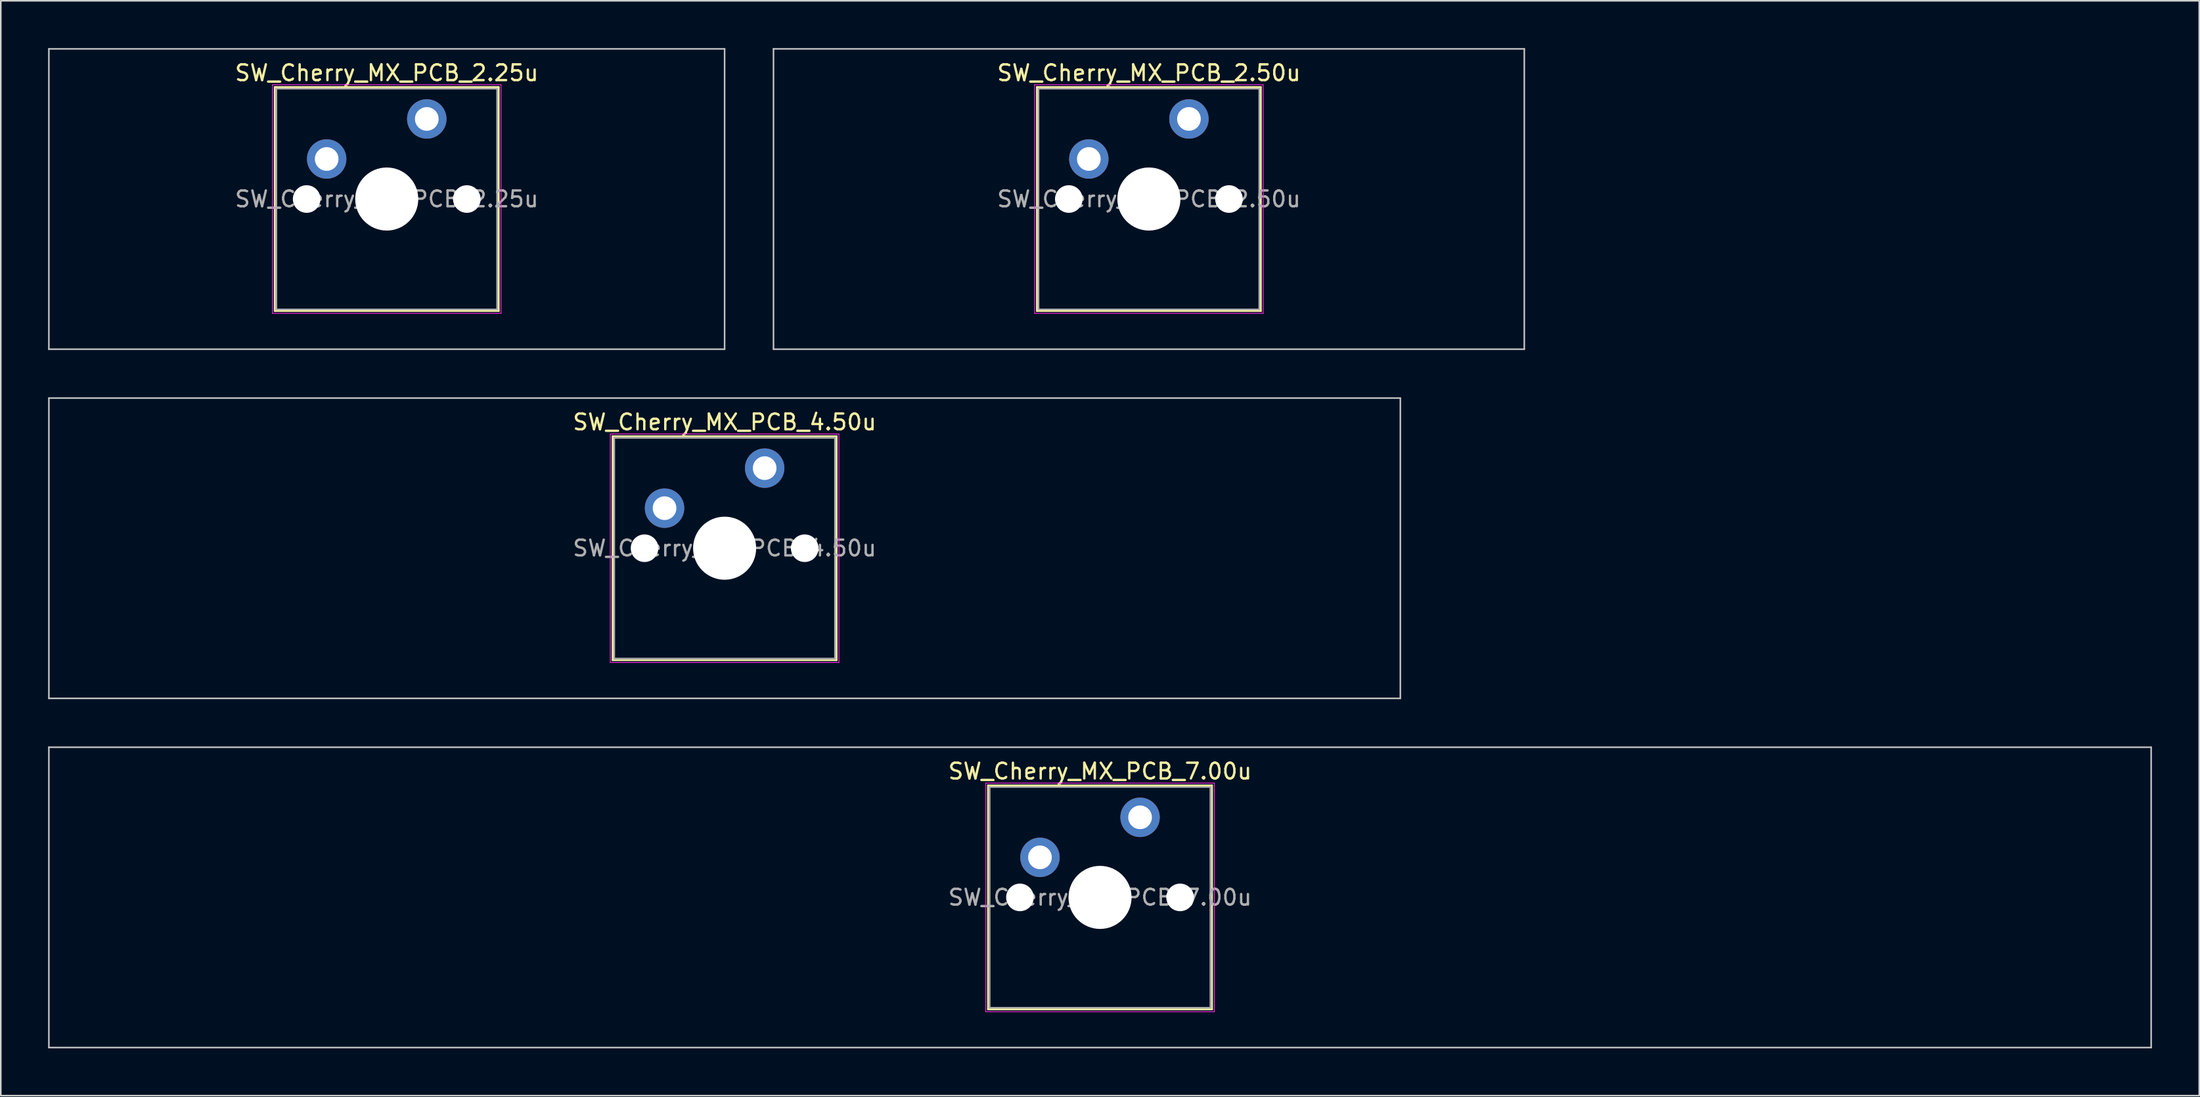
<source format=kicad_pcb>
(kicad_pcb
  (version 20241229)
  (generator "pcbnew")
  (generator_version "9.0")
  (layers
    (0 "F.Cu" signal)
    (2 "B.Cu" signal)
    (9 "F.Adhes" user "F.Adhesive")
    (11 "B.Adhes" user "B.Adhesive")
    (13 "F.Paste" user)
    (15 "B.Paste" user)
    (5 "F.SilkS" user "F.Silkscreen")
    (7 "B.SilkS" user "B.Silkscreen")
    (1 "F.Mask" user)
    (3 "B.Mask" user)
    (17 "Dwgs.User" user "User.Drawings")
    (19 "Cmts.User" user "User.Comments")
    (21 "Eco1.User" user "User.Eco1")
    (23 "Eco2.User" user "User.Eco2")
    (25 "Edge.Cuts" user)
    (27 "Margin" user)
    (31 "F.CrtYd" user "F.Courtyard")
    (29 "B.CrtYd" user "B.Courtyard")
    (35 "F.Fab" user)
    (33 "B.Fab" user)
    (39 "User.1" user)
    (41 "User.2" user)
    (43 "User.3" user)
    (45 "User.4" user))
  (footprint "SW_Cherry_MX_PCB_2.50u"
    (layer "F.Cu")
    (at 69.825 9.575)
    (property "Reference" "SW_Cherry_MX_PCB_2.50u" (at 0 -8 0) (layer "F.SilkS") (effects (font (size 1 1) (thickness 0.15))))
    (attr through_hole)
    (fp_line (start -7.1 -7.1) (end -7.1 7.1) (stroke (width 0.12) (type solid)) (layer "F.SilkS"))
    (fp_line (start -7.1 7.1) (end 7.1 7.1) (stroke (width 0.12) (type solid)) (layer "F.SilkS"))
    (fp_line (start 7.1 -7.1) (end -7.1 -7.1) (stroke (width 0.12) (type solid)) (layer "F.SilkS"))
    (fp_line (start 7.1 7.1) (end 7.1 -7.1) (stroke (width 0.12) (type solid)) (layer "F.SilkS"))
    (fp_line (start -23.812 -9.525) (end -23.812 9.525) (stroke (width 0.1) (type solid)) (layer "Dwgs.User"))
    (fp_line (start -23.812 9.525) (end 23.812 9.525) (stroke (width 0.1) (type solid)) (layer "Dwgs.User"))
    (fp_line (start 23.812 -9.525) (end -23.812 -9.525) (stroke (width 0.1) (type solid)) (layer "Dwgs.User"))
    (fp_line (start 23.812 9.525) (end 23.812 -9.525) (stroke (width 0.1) (type solid)) (layer "Dwgs.User"))
    (fp_line (start -7 -7) (end -7 7) (stroke (width 0.1) (type solid)) (layer "Eco1.User"))
    (fp_line (start -7 7) (end 7 7) (stroke (width 0.1) (type solid)) (layer "Eco1.User"))
    (fp_line (start 7 -7) (end -7 -7) (stroke (width 0.1) (type solid)) (layer "Eco1.User"))
    (fp_line (start 7 7) (end 7 -7) (stroke (width 0.1) (type solid)) (layer "Eco1.User"))
    (fp_line (start -7.25 -7.25) (end -7.25 7.25) (stroke (width 0.05) (type solid)) (layer "F.CrtYd"))
    (fp_line (start -7.25 7.25) (end 7.25 7.25) (stroke (width 0.05) (type solid)) (layer "F.CrtYd"))
    (fp_line (start 7.25 -7.25) (end -7.25 -7.25) (stroke (width 0.05) (type solid)) (layer "F.CrtYd"))
    (fp_line (start 7.25 7.25) (end 7.25 -7.25) (stroke (width 0.05) (type solid)) (layer "F.CrtYd"))
    (fp_line (start -7 -7) (end -7 7) (stroke (width 0.1) (type solid)) (layer "F.Fab"))
    (fp_line (start -7 7) (end 7 7) (stroke (width 0.1) (type solid)) (layer "F.Fab"))
    (fp_line (start 7 -7) (end -7 -7) (stroke (width 0.1) (type solid)) (layer "F.Fab"))
    (fp_line (start 7 7) (end 7 -7) (stroke (width 0.1) (type solid)) (layer "F.Fab"))
    (fp_text user "${REFERENCE}" (at 0 0 0) (layer "F.Fab") (effects (font (size 1 1) (thickness 0.15))))
    (pad "" np_thru_hole circle (at -5.08 0) (size 1.75 1.75) (drill 1.75) (layers "*.Cu" "*.Mask"))
    (pad "" np_thru_hole circle (at 0 0) (size 4 4) (drill 4) (layers "*.Cu" "*.Mask"))
    (pad "" np_thru_hole circle (at 5.08 0) (size 1.75 1.75) (drill 1.75) (layers "*.Cu" "*.Mask"))
    (pad "1" thru_hole circle (at -3.81 -2.54) (size 2.5 2.5) (drill 1.5) (layers "*.Cu" "*.Mask"))
    (pad "2" thru_hole circle (at 2.54 -5.08) (size 2.5 2.5) (drill 1.5) (layers "*.Cu" "*.Mask")))
  (footprint "SW_Cherry_MX_PCB_7.00u"
    (layer "F.Cu")
    (at 66.725 53.875)
    (property "Reference" "SW_Cherry_MX_PCB_7.00u" (at 0 -8 0) (layer "F.SilkS") (effects (font (size 1 1) (thickness 0.15))))
    (attr through_hole)
    (fp_line (start -7.1 -7.1) (end -7.1 7.1) (stroke (width 0.12) (type solid)) (layer "F.SilkS"))
    (fp_line (start -7.1 7.1) (end 7.1 7.1) (stroke (width 0.12) (type solid)) (layer "F.SilkS"))
    (fp_line (start 7.1 -7.1) (end -7.1 -7.1) (stroke (width 0.12) (type solid)) (layer "F.SilkS"))
    (fp_line (start 7.1 7.1) (end 7.1 -7.1) (stroke (width 0.12) (type solid)) (layer "F.SilkS"))
    (fp_line (start -66.675 -9.525) (end -66.675 9.525) (stroke (width 0.1) (type solid)) (layer "Dwgs.User"))
    (fp_line (start -66.675 9.525) (end 66.675 9.525) (stroke (width 0.1) (type solid)) (layer "Dwgs.User"))
    (fp_line (start 66.675 -9.525) (end -66.675 -9.525) (stroke (width 0.1) (type solid)) (layer "Dwgs.User"))
    (fp_line (start 66.675 9.525) (end 66.675 -9.525) (stroke (width 0.1) (type solid)) (layer "Dwgs.User"))
    (fp_line (start -7 -7) (end -7 7) (stroke (width 0.1) (type solid)) (layer "Eco1.User"))
    (fp_line (start -7 7) (end 7 7) (stroke (width 0.1) (type solid)) (layer "Eco1.User"))
    (fp_line (start 7 -7) (end -7 -7) (stroke (width 0.1) (type solid)) (layer "Eco1.User"))
    (fp_line (start 7 7) (end 7 -7) (stroke (width 0.1) (type solid)) (layer "Eco1.User"))
    (fp_line (start -7.25 -7.25) (end -7.25 7.25) (stroke (width 0.05) (type solid)) (layer "F.CrtYd"))
    (fp_line (start -7.25 7.25) (end 7.25 7.25) (stroke (width 0.05) (type solid)) (layer "F.CrtYd"))
    (fp_line (start 7.25 -7.25) (end -7.25 -7.25) (stroke (width 0.05) (type solid)) (layer "F.CrtYd"))
    (fp_line (start 7.25 7.25) (end 7.25 -7.25) (stroke (width 0.05) (type solid)) (layer "F.CrtYd"))
    (fp_line (start -7 -7) (end -7 7) (stroke (width 0.1) (type solid)) (layer "F.Fab"))
    (fp_line (start -7 7) (end 7 7) (stroke (width 0.1) (type solid)) (layer "F.Fab"))
    (fp_line (start 7 -7) (end -7 -7) (stroke (width 0.1) (type solid)) (layer "F.Fab"))
    (fp_line (start 7 7) (end 7 -7) (stroke (width 0.1) (type solid)) (layer "F.Fab"))
    (fp_text user "${REFERENCE}" (at 0 0 0) (layer "F.Fab") (effects (font (size 1 1) (thickness 0.15))))
    (pad "" np_thru_hole circle (at -5.08 0) (size 1.75 1.75) (drill 1.75) (layers "*.Cu" "*.Mask"))
    (pad "" np_thru_hole circle (at 0 0) (size 4 4) (drill 4) (layers "*.Cu" "*.Mask"))
    (pad "" np_thru_hole circle (at 5.08 0) (size 1.75 1.75) (drill 1.75) (layers "*.Cu" "*.Mask"))
    (pad "1" thru_hole circle (at -3.81 -2.54) (size 2.5 2.5) (drill 1.5) (layers "*.Cu" "*.Mask"))
    (pad "2" thru_hole circle (at 2.54 -5.08) (size 2.5 2.5) (drill 1.5) (layers "*.Cu" "*.Mask")))
  (footprint "SW_Cherry_MX_PCB_4.50u"
    (layer "F.Cu")
    (at 42.913 31.725)
    (property "Reference" "SW_Cherry_MX_PCB_4.50u" (at 0 -8 0) (layer "F.SilkS") (effects (font (size 1 1) (thickness 0.15))))
    (attr through_hole)
    (fp_line (start -7.1 -7.1) (end -7.1 7.1) (stroke (width 0.12) (type solid)) (layer "F.SilkS"))
    (fp_line (start -7.1 7.1) (end 7.1 7.1) (stroke (width 0.12) (type solid)) (layer "F.SilkS"))
    (fp_line (start 7.1 -7.1) (end -7.1 -7.1) (stroke (width 0.12) (type solid)) (layer "F.SilkS"))
    (fp_line (start 7.1 7.1) (end 7.1 -7.1) (stroke (width 0.12) (type solid)) (layer "F.SilkS"))
    (fp_line (start -42.862 -9.525) (end -42.862 9.525) (stroke (width 0.1) (type solid)) (layer "Dwgs.User"))
    (fp_line (start -42.862 9.525) (end 42.862 9.525) (stroke (width 0.1) (type solid)) (layer "Dwgs.User"))
    (fp_line (start 42.862 -9.525) (end -42.862 -9.525) (stroke (width 0.1) (type solid)) (layer "Dwgs.User"))
    (fp_line (start 42.862 9.525) (end 42.862 -9.525) (stroke (width 0.1) (type solid)) (layer "Dwgs.User"))
    (fp_line (start -7 -7) (end -7 7) (stroke (width 0.1) (type solid)) (layer "Eco1.User"))
    (fp_line (start -7 7) (end 7 7) (stroke (width 0.1) (type solid)) (layer "Eco1.User"))
    (fp_line (start 7 -7) (end -7 -7) (stroke (width 0.1) (type solid)) (layer "Eco1.User"))
    (fp_line (start 7 7) (end 7 -7) (stroke (width 0.1) (type solid)) (layer "Eco1.User"))
    (fp_line (start -7.25 -7.25) (end -7.25 7.25) (stroke (width 0.05) (type solid)) (layer "F.CrtYd"))
    (fp_line (start -7.25 7.25) (end 7.25 7.25) (stroke (width 0.05) (type solid)) (layer "F.CrtYd"))
    (fp_line (start 7.25 -7.25) (end -7.25 -7.25) (stroke (width 0.05) (type solid)) (layer "F.CrtYd"))
    (fp_line (start 7.25 7.25) (end 7.25 -7.25) (stroke (width 0.05) (type solid)) (layer "F.CrtYd"))
    (fp_line (start -7 -7) (end -7 7) (stroke (width 0.1) (type solid)) (layer "F.Fab"))
    (fp_line (start -7 7) (end 7 7) (stroke (width 0.1) (type solid)) (layer "F.Fab"))
    (fp_line (start 7 -7) (end -7 -7) (stroke (width 0.1) (type solid)) (layer "F.Fab"))
    (fp_line (start 7 7) (end 7 -7) (stroke (width 0.1) (type solid)) (layer "F.Fab"))
    (fp_text user "${REFERENCE}" (at 0 0 0) (layer "F.Fab") (effects (font (size 1 1) (thickness 0.15))))
    (pad "" np_thru_hole circle (at -5.08 0) (size 1.75 1.75) (drill 1.75) (layers "*.Cu" "*.Mask"))
    (pad "" np_thru_hole circle (at 0 0) (size 4 4) (drill 4) (layers "*.Cu" "*.Mask"))
    (pad "" np_thru_hole circle (at 5.08 0) (size 1.75 1.75) (drill 1.75) (layers "*.Cu" "*.Mask"))
    (pad "1" thru_hole circle (at -3.81 -2.54) (size 2.5 2.5) (drill 1.5) (layers "*.Cu" "*.Mask"))
    (pad "2" thru_hole circle (at 2.54 -5.08) (size 2.5 2.5) (drill 1.5) (layers "*.Cu" "*.Mask")))
  (footprint "SW_Cherry_MX_PCB_2.25u"
    (layer "F.Cu")
    (at 21.481 9.575)
    (property "Reference" "SW_Cherry_MX_PCB_2.25u" (at 0 -8 0) (layer "F.SilkS") (effects (font (size 1 1) (thickness 0.15))))
    (attr through_hole)
    (fp_line (start -7.1 -7.1) (end -7.1 7.1) (stroke (width 0.12) (type solid)) (layer "F.SilkS"))
    (fp_line (start -7.1 7.1) (end 7.1 7.1) (stroke (width 0.12) (type solid)) (layer "F.SilkS"))
    (fp_line (start 7.1 -7.1) (end -7.1 -7.1) (stroke (width 0.12) (type solid)) (layer "F.SilkS"))
    (fp_line (start 7.1 7.1) (end 7.1 -7.1) (stroke (width 0.12) (type solid)) (layer "F.SilkS"))
    (fp_line (start -21.431 -9.525) (end -21.431 9.525) (stroke (width 0.1) (type solid)) (layer "Dwgs.User"))
    (fp_line (start -21.431 9.525) (end 21.431 9.525) (stroke (width 0.1) (type solid)) (layer "Dwgs.User"))
    (fp_line (start 21.431 -9.525) (end -21.431 -9.525) (stroke (width 0.1) (type solid)) (layer "Dwgs.User"))
    (fp_line (start 21.431 9.525) (end 21.431 -9.525) (stroke (width 0.1) (type solid)) (layer "Dwgs.User"))
    (fp_line (start -7 -7) (end -7 7) (stroke (width 0.1) (type solid)) (layer "Eco1.User"))
    (fp_line (start -7 7) (end 7 7) (stroke (width 0.1) (type solid)) (layer "Eco1.User"))
    (fp_line (start 7 -7) (end -7 -7) (stroke (width 0.1) (type solid)) (layer "Eco1.User"))
    (fp_line (start 7 7) (end 7 -7) (stroke (width 0.1) (type solid)) (layer "Eco1.User"))
    (fp_line (start -7.25 -7.25) (end -7.25 7.25) (stroke (width 0.05) (type solid)) (layer "F.CrtYd"))
    (fp_line (start -7.25 7.25) (end 7.25 7.25) (stroke (width 0.05) (type solid)) (layer "F.CrtYd"))
    (fp_line (start 7.25 -7.25) (end -7.25 -7.25) (stroke (width 0.05) (type solid)) (layer "F.CrtYd"))
    (fp_line (start 7.25 7.25) (end 7.25 -7.25) (stroke (width 0.05) (type solid)) (layer "F.CrtYd"))
    (fp_line (start -7 -7) (end -7 7) (stroke (width 0.1) (type solid)) (layer "F.Fab"))
    (fp_line (start -7 7) (end 7 7) (stroke (width 0.1) (type solid)) (layer "F.Fab"))
    (fp_line (start 7 -7) (end -7 -7) (stroke (width 0.1) (type solid)) (layer "F.Fab"))
    (fp_line (start 7 7) (end 7 -7) (stroke (width 0.1) (type solid)) (layer "F.Fab"))
    (fp_text user "${REFERENCE}" (at 0 0 0) (layer "F.Fab") (effects (font (size 1 1) (thickness 0.15))))
    (pad "" np_thru_hole circle (at -5.08 0) (size 1.75 1.75) (drill 1.75) (layers "*.Cu" "*.Mask"))
    (pad "" np_thru_hole circle (at 0 0) (size 4 4) (drill 4) (layers "*.Cu" "*.Mask"))
    (pad "" np_thru_hole circle (at 5.08 0) (size 1.75 1.75) (drill 1.75) (layers "*.Cu" "*.Mask"))
    (pad "1" thru_hole circle (at -3.81 -2.54) (size 2.5 2.5) (drill 1.5) (layers "*.Cu" "*.Mask"))
    (pad "2" thru_hole circle (at 2.54 -5.08) (size 2.5 2.5) (drill 1.5) (layers "*.Cu" "*.Mask")))
  (gr_rect
    (start -3 -3)
    (end 136.45 66.45)
    (stroke (width 0.1) (type default))
    (fill no)
    (layer "Edge.Cuts")))
</source>
